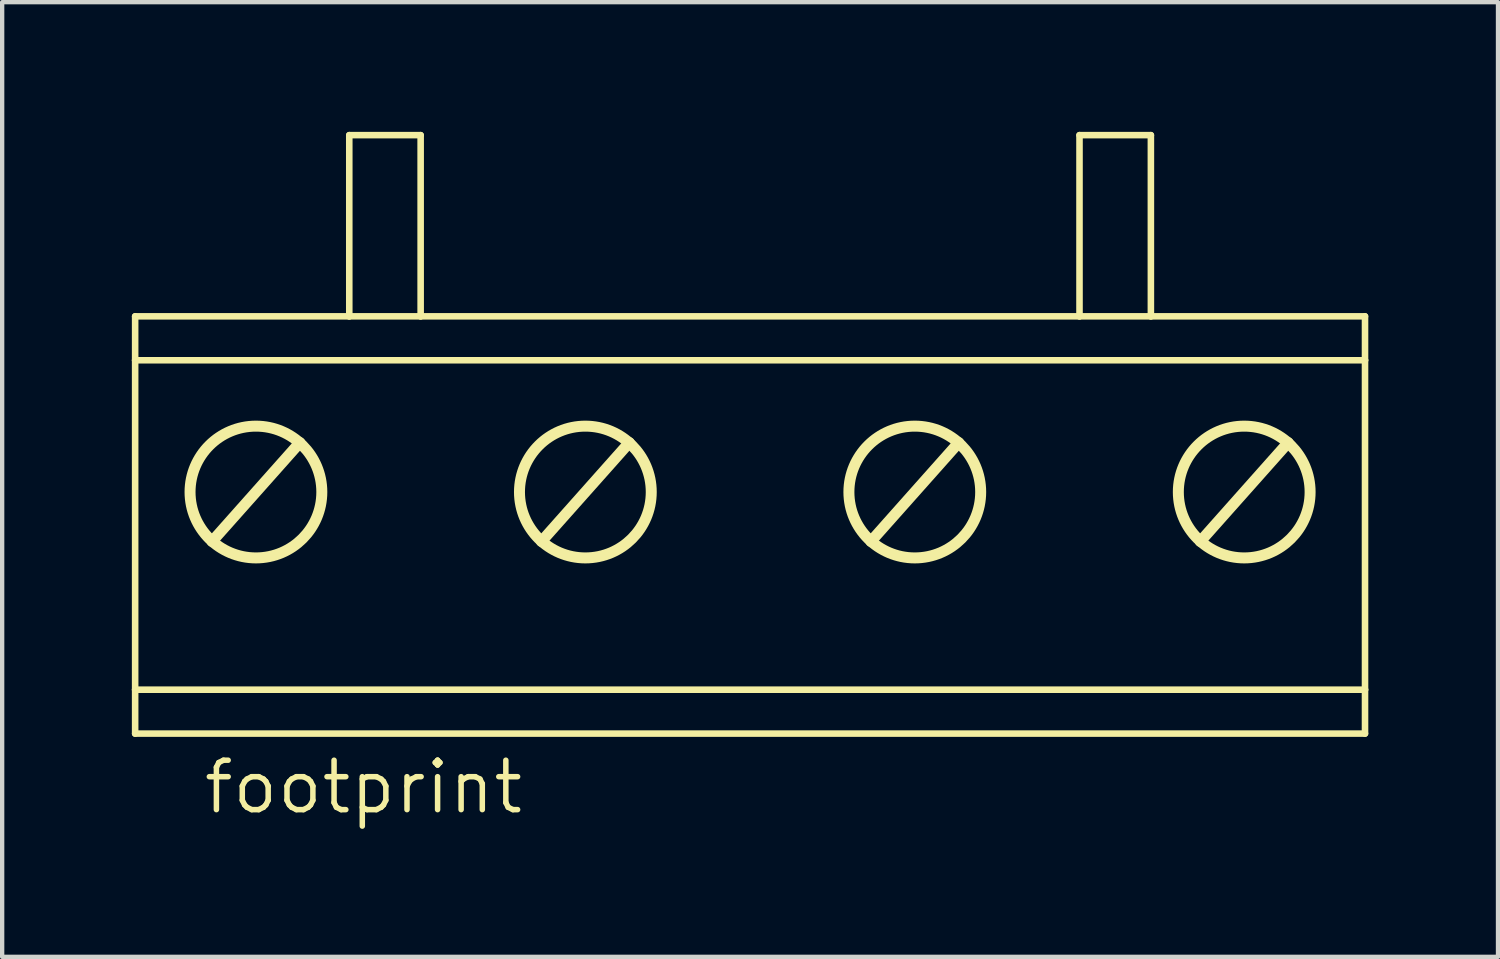
<source format=kicad_pcb>
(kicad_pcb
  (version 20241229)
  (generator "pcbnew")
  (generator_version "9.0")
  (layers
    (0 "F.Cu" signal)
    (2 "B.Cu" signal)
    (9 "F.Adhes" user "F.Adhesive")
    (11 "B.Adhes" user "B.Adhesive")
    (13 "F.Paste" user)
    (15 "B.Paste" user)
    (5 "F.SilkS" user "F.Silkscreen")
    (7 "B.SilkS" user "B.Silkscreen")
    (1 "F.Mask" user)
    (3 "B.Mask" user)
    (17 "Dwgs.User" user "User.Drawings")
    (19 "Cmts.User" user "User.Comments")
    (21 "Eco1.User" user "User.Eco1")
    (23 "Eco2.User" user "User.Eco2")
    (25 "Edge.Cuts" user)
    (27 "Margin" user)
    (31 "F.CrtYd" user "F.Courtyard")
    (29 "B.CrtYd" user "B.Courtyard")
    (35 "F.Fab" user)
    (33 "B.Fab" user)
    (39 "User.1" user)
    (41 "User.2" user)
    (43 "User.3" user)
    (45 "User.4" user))
  (footprint "footprint"
    (layer "F.Cu")
    (at 14.3 6.934)
    (property "Reference" "footprint" (at -12.7 8.89 0) (layer "F.SilkS") (effects (font (size 1.143 1.143) (thickness 0.127)) (justify left bottom)))
    (fp_line (start -14.224 -2.667) (end -14.224 -1.651) (stroke (width 0.152) (type solid)) (layer "F.SilkS"))
    (fp_line (start -14.224 -2.667) (end -9.271 -2.667) (stroke (width 0.152) (type solid)) (layer "F.SilkS"))
    (fp_line (start -14.224 -1.651) (end -14.224 5.969) (stroke (width 0.152) (type solid)) (layer "F.SilkS"))
    (fp_line (start -14.224 -1.651) (end 14.224 -1.651) (stroke (width 0.152) (type solid)) (layer "F.SilkS"))
    (fp_line (start -14.224 5.969) (end -14.224 6.985) (stroke (width 0.152) (type solid)) (layer "F.SilkS"))
    (fp_line (start -14.224 5.969) (end 14.224 5.969) (stroke (width 0.152) (type solid)) (layer "F.SilkS"))
    (fp_line (start -14.224 6.985) (end 14.224 6.985) (stroke (width 0.152) (type solid)) (layer "F.SilkS"))
    (fp_line (start -12.446 2.54) (end -10.414 0.254) (stroke (width 0.254) (type solid)) (layer "F.SilkS"))
    (fp_line (start -9.271 -6.858) (end -9.271 -2.667) (stroke (width 0.152) (type solid)) (layer "F.SilkS"))
    (fp_line (start -9.271 -2.667) (end -7.62 -2.667) (stroke (width 0.152) (type solid)) (layer "F.SilkS"))
    (fp_line (start -7.62 -6.858) (end -9.271 -6.858) (stroke (width 0.152) (type solid)) (layer "F.SilkS"))
    (fp_line (start -7.62 -2.667) (end -7.62 -6.858) (stroke (width 0.152) (type solid)) (layer "F.SilkS"))
    (fp_line (start -7.62 -2.667) (end 7.62 -2.667) (stroke (width 0.152) (type solid)) (layer "F.SilkS"))
    (fp_line (start -4.826 2.54) (end -2.794 0.254) (stroke (width 0.254) (type solid)) (layer "F.SilkS"))
    (fp_line (start 2.794 2.54) (end 4.826 0.254) (stroke (width 0.254) (type solid)) (layer "F.SilkS"))
    (fp_line (start 7.62 -2.667) (end 7.62 -6.858) (stroke (width 0.152) (type solid)) (layer "F.SilkS"))
    (fp_line (start 7.62 -2.667) (end 9.271 -2.667) (stroke (width 0.152) (type solid)) (layer "F.SilkS"))
    (fp_line (start 9.271 -6.858) (end 7.62 -6.858) (stroke (width 0.152) (type solid)) (layer "F.SilkS"))
    (fp_line (start 9.271 -6.858) (end 9.271 -2.667) (stroke (width 0.152) (type solid)) (layer "F.SilkS"))
    (fp_line (start 9.271 -2.667) (end 14.224 -2.667) (stroke (width 0.152) (type solid)) (layer "F.SilkS"))
    (fp_line (start 10.414 2.54) (end 12.446 0.254) (stroke (width 0.254) (type solid)) (layer "F.SilkS"))
    (fp_line (start 14.224 -2.667) (end 14.224 -1.651) (stroke (width 0.152) (type solid)) (layer "F.SilkS"))
    (fp_line (start 14.224 -1.651) (end 14.224 5.969) (stroke (width 0.152) (type solid)) (layer "F.SilkS"))
    (fp_line (start 14.224 5.969) (end 14.224 6.985) (stroke (width 0.152) (type solid)) (layer "F.SilkS"))
    (fp_circle (center -11.43 1.397) (end -9.906 1.397) (stroke (width 0.254) (type solid)) (fill no) (layer "F.SilkS"))
    (fp_circle (center -3.81 1.397) (end -2.286 1.397) (stroke (width 0.254) (type solid)) (fill no) (layer "F.SilkS"))
    (fp_circle (center 3.81 1.397) (end 5.334 1.397) (stroke (width 0.254) (type solid)) (fill no) (layer "F.SilkS"))
    (fp_circle (center 11.43 1.397) (end 12.954 1.397) (stroke (width 0.254) (type solid)) (fill no) (layer "F.SilkS")))
  (gr_rect
    (start -3 -3)
    (end 31.6 19.083)
    (stroke (width 0.1) (type default))
    (fill no)
    (layer "Edge.Cuts")))
</source>
